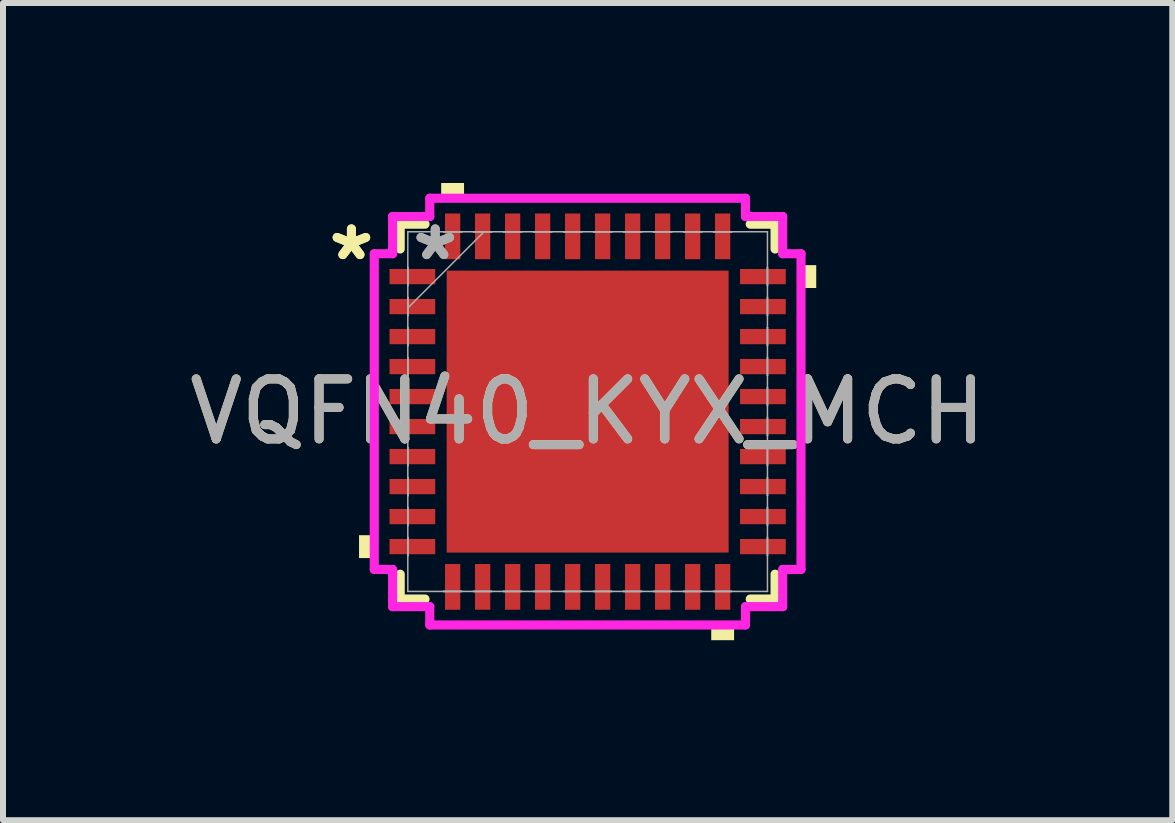
<source format=kicad_pcb>
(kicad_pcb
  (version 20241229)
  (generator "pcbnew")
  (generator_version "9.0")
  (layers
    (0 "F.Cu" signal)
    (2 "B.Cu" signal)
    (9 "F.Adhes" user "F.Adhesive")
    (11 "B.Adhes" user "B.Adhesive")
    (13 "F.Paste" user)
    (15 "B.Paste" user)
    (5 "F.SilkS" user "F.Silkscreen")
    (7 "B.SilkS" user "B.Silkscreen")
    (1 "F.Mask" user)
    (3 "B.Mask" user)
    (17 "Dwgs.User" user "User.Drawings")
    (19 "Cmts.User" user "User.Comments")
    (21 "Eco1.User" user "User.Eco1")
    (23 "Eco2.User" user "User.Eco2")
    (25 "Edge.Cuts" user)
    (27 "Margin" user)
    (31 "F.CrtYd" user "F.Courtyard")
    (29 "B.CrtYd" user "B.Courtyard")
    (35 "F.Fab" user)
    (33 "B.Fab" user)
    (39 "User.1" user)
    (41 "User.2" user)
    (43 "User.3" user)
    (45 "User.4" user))
  (footprint "VQFN40_KYX_MCH"
    (layer "F.Cu")
    (at 6.744 3.81)
    (property "Reference" "VQFN40_KYX_MCH" (at 0 0 0) (unlocked yes) (layer "F.SilkS") (effects (font (size 1 1) (thickness 0.15))))
    (attr smd)
    (fp_line (start -3.124 -3.124) (end -3.124 -2.71) (stroke (width 0.152) (type solid)) (layer "F.SilkS"))
    (fp_line (start -3.124 2.71) (end -3.124 3.124) (stroke (width 0.152) (type solid)) (layer "F.SilkS"))
    (fp_line (start -3.124 3.124) (end -2.71 3.124) (stroke (width 0.152) (type solid)) (layer "F.SilkS"))
    (fp_line (start -2.71 -3.124) (end -3.124 -3.124) (stroke (width 0.152) (type solid)) (layer "F.SilkS"))
    (fp_line (start 2.71 3.124) (end 3.124 3.124) (stroke (width 0.152) (type solid)) (layer "F.SilkS"))
    (fp_line (start 3.124 -3.124) (end 2.71 -3.124) (stroke (width 0.152) (type solid)) (layer "F.SilkS"))
    (fp_line (start 3.124 -2.71) (end 3.124 -3.124) (stroke (width 0.152) (type solid)) (layer "F.SilkS"))
    (fp_line (start 3.124 3.124) (end 3.124 2.71) (stroke (width 0.152) (type solid)) (layer "F.SilkS"))
    (fp_poly (pts (xy -3.81 2.06) (xy -3.81 2.441) (xy -3.556 2.441) (xy -3.556 2.06)) (stroke (width 0) (type solid)) (fill yes) (layer "F.SilkS"))
    (fp_poly (pts (xy -2.441 -3.556) (xy -2.441 -3.81) (xy -2.06 -3.81) (xy -2.06 -3.556)) (stroke (width 0) (type solid)) (fill yes) (layer "F.SilkS"))
    (fp_poly (pts (xy 2.06 3.556) (xy 2.06 3.81) (xy 2.441 3.81) (xy 2.441 3.556)) (stroke (width 0) (type solid)) (fill yes) (layer "F.SilkS"))
    (fp_poly (pts (xy 3.81 -2.441) (xy 3.81 -2.06) (xy 3.556 -2.06) (xy 3.556 -2.441)) (stroke (width 0) (type solid)) (fill yes) (layer "F.SilkS"))
    (fp_poly (pts (xy -2.249 -2.249) (xy -2.249 -0.883) (xy -0.883 -0.883) (xy -0.883 -2.249)) (stroke (width 0) (type solid)) (fill yes) (layer "F.Paste"))
    (fp_poly (pts (xy -2.249 -0.683) (xy -2.249 0.683) (xy -0.883 0.683) (xy -0.883 -0.683)) (stroke (width 0) (type solid)) (fill yes) (layer "F.Paste"))
    (fp_poly (pts (xy -2.249 0.883) (xy -2.249 2.249) (xy -0.883 2.249) (xy -0.883 0.883)) (stroke (width 0) (type solid)) (fill yes) (layer "F.Paste"))
    (fp_poly (pts (xy -0.683 -2.249) (xy -0.683 -0.883) (xy 0.683 -0.883) (xy 0.683 -2.249)) (stroke (width 0) (type solid)) (fill yes) (layer "F.Paste"))
    (fp_poly (pts (xy -0.683 -0.683) (xy -0.683 0.683) (xy 0.683 0.683) (xy 0.683 -0.683)) (stroke (width 0) (type solid)) (fill yes) (layer "F.Paste"))
    (fp_poly (pts (xy -0.683 0.883) (xy -0.683 2.249) (xy 0.683 2.249) (xy 0.683 0.883)) (stroke (width 0) (type solid)) (fill yes) (layer "F.Paste"))
    (fp_poly (pts (xy 0.883 -2.249) (xy 0.883 -0.883) (xy 2.249 -0.883) (xy 2.249 -2.249)) (stroke (width 0) (type solid)) (fill yes) (layer "F.Paste"))
    (fp_poly (pts (xy 0.883 -0.683) (xy 0.883 0.683) (xy 2.249 0.683) (xy 2.249 -0.683)) (stroke (width 0) (type solid)) (fill yes) (layer "F.Paste"))
    (fp_poly (pts (xy 0.883 0.883) (xy 0.883 2.249) (xy 2.249 2.249) (xy 2.249 0.883)) (stroke (width 0) (type solid)) (fill yes) (layer "F.Paste"))
    (fp_line (start -3.556 -2.631) (end -3.251 -2.631) (stroke (width 0.152) (type solid)) (layer "F.CrtYd"))
    (fp_line (start -3.556 2.631) (end -3.556 -2.631) (stroke (width 0.152) (type solid)) (layer "F.CrtYd"))
    (fp_line (start -3.251 -3.251) (end -2.631 -3.251) (stroke (width 0.152) (type solid)) (layer "F.CrtYd"))
    (fp_line (start -3.251 -2.631) (end -3.251 -3.251) (stroke (width 0.152) (type solid)) (layer "F.CrtYd"))
    (fp_line (start -3.251 2.631) (end -3.556 2.631) (stroke (width 0.152) (type solid)) (layer "F.CrtYd"))
    (fp_line (start -3.251 3.251) (end -3.251 2.631) (stroke (width 0.152) (type solid)) (layer "F.CrtYd"))
    (fp_line (start -2.631 -3.556) (end 2.631 -3.556) (stroke (width 0.152) (type solid)) (layer "F.CrtYd"))
    (fp_line (start -2.631 -3.251) (end -2.631 -3.556) (stroke (width 0.152) (type solid)) (layer "F.CrtYd"))
    (fp_line (start -2.631 3.251) (end -3.251 3.251) (stroke (width 0.152) (type solid)) (layer "F.CrtYd"))
    (fp_line (start -2.631 3.556) (end -2.631 3.251) (stroke (width 0.152) (type solid)) (layer "F.CrtYd"))
    (fp_line (start 2.631 -3.556) (end 2.631 -3.251) (stroke (width 0.152) (type solid)) (layer "F.CrtYd"))
    (fp_line (start 2.631 -3.251) (end 3.251 -3.251) (stroke (width 0.152) (type solid)) (layer "F.CrtYd"))
    (fp_line (start 2.631 3.251) (end 2.631 3.556) (stroke (width 0.152) (type solid)) (layer "F.CrtYd"))
    (fp_line (start 2.631 3.556) (end -2.631 3.556) (stroke (width 0.152) (type solid)) (layer "F.CrtYd"))
    (fp_line (start 3.251 -3.251) (end 3.251 -2.631) (stroke (width 0.152) (type solid)) (layer "F.CrtYd"))
    (fp_line (start 3.251 -2.631) (end 3.556 -2.631) (stroke (width 0.152) (type solid)) (layer "F.CrtYd"))
    (fp_line (start 3.251 2.631) (end 3.251 3.251) (stroke (width 0.152) (type solid)) (layer "F.CrtYd"))
    (fp_line (start 3.251 3.251) (end 2.631 3.251) (stroke (width 0.152) (type solid)) (layer "F.CrtYd"))
    (fp_line (start 3.556 -2.631) (end 3.556 2.631) (stroke (width 0.152) (type solid)) (layer "F.CrtYd"))
    (fp_line (start 3.556 2.631) (end 3.251 2.631) (stroke (width 0.152) (type solid)) (layer "F.CrtYd"))
    (fp_line (start -2.997 -2.997) (end -2.997 -2.997) (stroke (width 0.025) (type solid)) (layer "F.Fab"))
    (fp_line (start -2.997 -2.997) (end -2.997 2.997) (stroke (width 0.025) (type solid)) (layer "F.Fab"))
    (fp_line (start -2.997 -2.402) (end -2.997 -2.402) (stroke (width 0.025) (type solid)) (layer "F.Fab"))
    (fp_line (start -2.997 -2.402) (end -2.997 -2.098) (stroke (width 0.025) (type solid)) (layer "F.Fab"))
    (fp_line (start -2.997 -2.098) (end -2.997 -2.402) (stroke (width 0.025) (type solid)) (layer "F.Fab"))
    (fp_line (start -2.997 -2.098) (end -2.997 -2.098) (stroke (width 0.025) (type solid)) (layer "F.Fab"))
    (fp_line (start -2.997 -1.902) (end -2.997 -1.902) (stroke (width 0.025) (type solid)) (layer "F.Fab"))
    (fp_line (start -2.997 -1.902) (end -2.997 -1.598) (stroke (width 0.025) (type solid)) (layer "F.Fab"))
    (fp_line (start -2.997 -1.727) (end -1.727 -2.997) (stroke (width 0.025) (type solid)) (layer "F.Fab"))
    (fp_line (start -2.997 -1.598) (end -2.997 -1.902) (stroke (width 0.025) (type solid)) (layer "F.Fab"))
    (fp_line (start -2.997 -1.598) (end -2.997 -1.598) (stroke (width 0.025) (type solid)) (layer "F.Fab"))
    (fp_line (start -2.997 -1.402) (end -2.997 -1.402) (stroke (width 0.025) (type solid)) (layer "F.Fab"))
    (fp_line (start -2.997 -1.402) (end -2.997 -1.098) (stroke (width 0.025) (type solid)) (layer "F.Fab"))
    (fp_line (start -2.997 -1.098) (end -2.997 -1.402) (stroke (width 0.025) (type solid)) (layer "F.Fab"))
    (fp_line (start -2.997 -1.098) (end -2.997 -1.098) (stroke (width 0.025) (type solid)) (layer "F.Fab"))
    (fp_line (start -2.997 -0.902) (end -2.997 -0.902) (stroke (width 0.025) (type solid)) (layer "F.Fab"))
    (fp_line (start -2.997 -0.902) (end -2.997 -0.598) (stroke (width 0.025) (type solid)) (layer "F.Fab"))
    (fp_line (start -2.997 -0.598) (end -2.997 -0.902) (stroke (width 0.025) (type solid)) (layer "F.Fab"))
    (fp_line (start -2.997 -0.598) (end -2.997 -0.598) (stroke (width 0.025) (type solid)) (layer "F.Fab"))
    (fp_line (start -2.997 -0.402) (end -2.997 -0.402) (stroke (width 0.025) (type solid)) (layer "F.Fab"))
    (fp_line (start -2.997 -0.402) (end -2.997 -0.098) (stroke (width 0.025) (type solid)) (layer "F.Fab"))
    (fp_line (start -2.997 -0.098) (end -2.997 -0.402) (stroke (width 0.025) (type solid)) (layer "F.Fab"))
    (fp_line (start -2.997 -0.098) (end -2.997 -0.098) (stroke (width 0.025) (type solid)) (layer "F.Fab"))
    (fp_line (start -2.997 0.098) (end -2.997 0.098) (stroke (width 0.025) (type solid)) (layer "F.Fab"))
    (fp_line (start -2.997 0.098) (end -2.997 0.402) (stroke (width 0.025) (type solid)) (layer "F.Fab"))
    (fp_line (start -2.997 0.402) (end -2.997 0.098) (stroke (width 0.025) (type solid)) (layer "F.Fab"))
    (fp_line (start -2.997 0.402) (end -2.997 0.402) (stroke (width 0.025) (type solid)) (layer "F.Fab"))
    (fp_line (start -2.997 0.598) (end -2.997 0.598) (stroke (width 0.025) (type solid)) (layer "F.Fab"))
    (fp_line (start -2.997 0.598) (end -2.997 0.902) (stroke (width 0.025) (type solid)) (layer "F.Fab"))
    (fp_line (start -2.997 0.902) (end -2.997 0.598) (stroke (width 0.025) (type solid)) (layer "F.Fab"))
    (fp_line (start -2.997 0.902) (end -2.997 0.902) (stroke (width 0.025) (type solid)) (layer "F.Fab"))
    (fp_line (start -2.997 1.098) (end -2.997 1.098) (stroke (width 0.025) (type solid)) (layer "F.Fab"))
    (fp_line (start -2.997 1.098) (end -2.997 1.402) (stroke (width 0.025) (type solid)) (layer "F.Fab"))
    (fp_line (start -2.997 1.402) (end -2.997 1.098) (stroke (width 0.025) (type solid)) (layer "F.Fab"))
    (fp_line (start -2.997 1.402) (end -2.997 1.402) (stroke (width 0.025) (type solid)) (layer "F.Fab"))
    (fp_line (start -2.997 1.598) (end -2.997 1.598) (stroke (width 0.025) (type solid)) (layer "F.Fab"))
    (fp_line (start -2.997 1.598) (end -2.997 1.902) (stroke (width 0.025) (type solid)) (layer "F.Fab"))
    (fp_line (start -2.997 1.902) (end -2.997 1.598) (stroke (width 0.025) (type solid)) (layer "F.Fab"))
    (fp_line (start -2.997 1.902) (end -2.997 1.902) (stroke (width 0.025) (type solid)) (layer "F.Fab"))
    (fp_line (start -2.997 2.098) (end -2.997 2.098) (stroke (width 0.025) (type solid)) (layer "F.Fab"))
    (fp_line (start -2.997 2.098) (end -2.997 2.402) (stroke (width 0.025) (type solid)) (layer "F.Fab"))
    (fp_line (start -2.997 2.402) (end -2.997 2.098) (stroke (width 0.025) (type solid)) (layer "F.Fab"))
    (fp_line (start -2.997 2.402) (end -2.997 2.402) (stroke (width 0.025) (type solid)) (layer "F.Fab"))
    (fp_line (start -2.997 2.997) (end -2.997 2.997) (stroke (width 0.025) (type solid)) (layer "F.Fab"))
    (fp_line (start -2.997 2.997) (end 2.997 2.997) (stroke (width 0.025) (type solid)) (layer "F.Fab"))
    (fp_line (start -2.402 -2.997) (end -2.402 -2.997) (stroke (width 0.025) (type solid)) (layer "F.Fab"))
    (fp_line (start -2.402 -2.997) (end -2.098 -2.997) (stroke (width 0.025) (type solid)) (layer "F.Fab"))
    (fp_line (start -2.402 2.997) (end -2.402 2.997) (stroke (width 0.025) (type solid)) (layer "F.Fab"))
    (fp_line (start -2.402 2.997) (end -2.098 2.997) (stroke (width 0.025) (type solid)) (layer "F.Fab"))
    (fp_line (start -2.098 -2.997) (end -2.402 -2.997) (stroke (width 0.025) (type solid)) (layer "F.Fab"))
    (fp_line (start -2.098 -2.997) (end -2.098 -2.997) (stroke (width 0.025) (type solid)) (layer "F.Fab"))
    (fp_line (start -2.098 2.997) (end -2.402 2.997) (stroke (width 0.025) (type solid)) (layer "F.Fab"))
    (fp_line (start -2.098 2.997) (end -2.098 2.997) (stroke (width 0.025) (type solid)) (layer "F.Fab"))
    (fp_line (start -1.902 -2.997) (end -1.902 -2.997) (stroke (width 0.025) (type solid)) (layer "F.Fab"))
    (fp_line (start -1.902 -2.997) (end -1.598 -2.997) (stroke (width 0.025) (type solid)) (layer "F.Fab"))
    (fp_line (start -1.902 2.997) (end -1.902 2.997) (stroke (width 0.025) (type solid)) (layer "F.Fab"))
    (fp_line (start -1.902 2.997) (end -1.598 2.997) (stroke (width 0.025) (type solid)) (layer "F.Fab"))
    (fp_line (start -1.598 -2.997) (end -1.902 -2.997) (stroke (width 0.025) (type solid)) (layer "F.Fab"))
    (fp_line (start -1.598 -2.997) (end -1.598 -2.997) (stroke (width 0.025) (type solid)) (layer "F.Fab"))
    (fp_line (start -1.598 2.997) (end -1.902 2.997) (stroke (width 0.025) (type solid)) (layer "F.Fab"))
    (fp_line (start -1.598 2.997) (end -1.598 2.997) (stroke (width 0.025) (type solid)) (layer "F.Fab"))
    (fp_line (start -1.402 -2.997) (end -1.402 -2.997) (stroke (width 0.025) (type solid)) (layer "F.Fab"))
    (fp_line (start -1.402 -2.997) (end -1.098 -2.997) (stroke (width 0.025) (type solid)) (layer "F.Fab"))
    (fp_line (start -1.402 2.997) (end -1.402 2.997) (stroke (width 0.025) (type solid)) (layer "F.Fab"))
    (fp_line (start -1.402 2.997) (end -1.098 2.997) (stroke (width 0.025) (type solid)) (layer "F.Fab"))
    (fp_line (start -1.098 -2.997) (end -1.402 -2.997) (stroke (width 0.025) (type solid)) (layer "F.Fab"))
    (fp_line (start -1.098 -2.997) (end -1.098 -2.997) (stroke (width 0.025) (type solid)) (layer "F.Fab"))
    (fp_line (start -1.098 2.997) (end -1.402 2.997) (stroke (width 0.025) (type solid)) (layer "F.Fab"))
    (fp_line (start -1.098 2.997) (end -1.098 2.997) (stroke (width 0.025) (type solid)) (layer "F.Fab"))
    (fp_line (start -0.902 -2.997) (end -0.902 -2.997) (stroke (width 0.025) (type solid)) (layer "F.Fab"))
    (fp_line (start -0.902 -2.997) (end -0.598 -2.997) (stroke (width 0.025) (type solid)) (layer "F.Fab"))
    (fp_line (start -0.902 2.997) (end -0.902 2.997) (stroke (width 0.025) (type solid)) (layer "F.Fab"))
    (fp_line (start -0.902 2.997) (end -0.598 2.997) (stroke (width 0.025) (type solid)) (layer "F.Fab"))
    (fp_line (start -0.598 -2.997) (end -0.902 -2.997) (stroke (width 0.025) (type solid)) (layer "F.Fab"))
    (fp_line (start -0.598 -2.997) (end -0.598 -2.997) (stroke (width 0.025) (type solid)) (layer "F.Fab"))
    (fp_line (start -0.598 2.997) (end -0.902 2.997) (stroke (width 0.025) (type solid)) (layer "F.Fab"))
    (fp_line (start -0.598 2.997) (end -0.598 2.997) (stroke (width 0.025) (type solid)) (layer "F.Fab"))
    (fp_line (start -0.402 -2.997) (end -0.402 -2.997) (stroke (width 0.025) (type solid)) (layer "F.Fab"))
    (fp_line (start -0.402 -2.997) (end -0.098 -2.997) (stroke (width 0.025) (type solid)) (layer "F.Fab"))
    (fp_line (start -0.402 2.997) (end -0.402 2.997) (stroke (width 0.025) (type solid)) (layer "F.Fab"))
    (fp_line (start -0.402 2.997) (end -0.098 2.997) (stroke (width 0.025) (type solid)) (layer "F.Fab"))
    (fp_line (start -0.098 -2.997) (end -0.402 -2.997) (stroke (width 0.025) (type solid)) (layer "F.Fab"))
    (fp_line (start -0.098 -2.997) (end -0.098 -2.997) (stroke (width 0.025) (type solid)) (layer "F.Fab"))
    (fp_line (start -0.098 2.997) (end -0.402 2.997) (stroke (width 0.025) (type solid)) (layer "F.Fab"))
    (fp_line (start -0.098 2.997) (end -0.098 2.997) (stroke (width 0.025) (type solid)) (layer "F.Fab"))
    (fp_line (start 0.098 -2.997) (end 0.098 -2.997) (stroke (width 0.025) (type solid)) (layer "F.Fab"))
    (fp_line (start 0.098 -2.997) (end 0.402 -2.997) (stroke (width 0.025) (type solid)) (layer "F.Fab"))
    (fp_line (start 0.098 2.997) (end 0.098 2.997) (stroke (width 0.025) (type solid)) (layer "F.Fab"))
    (fp_line (start 0.098 2.997) (end 0.402 2.997) (stroke (width 0.025) (type solid)) (layer "F.Fab"))
    (fp_line (start 0.402 -2.997) (end 0.098 -2.997) (stroke (width 0.025) (type solid)) (layer "F.Fab"))
    (fp_line (start 0.402 -2.997) (end 0.402 -2.997) (stroke (width 0.025) (type solid)) (layer "F.Fab"))
    (fp_line (start 0.402 2.997) (end 0.098 2.997) (stroke (width 0.025) (type solid)) (layer "F.Fab"))
    (fp_line (start 0.402 2.997) (end 0.402 2.997) (stroke (width 0.025) (type solid)) (layer "F.Fab"))
    (fp_line (start 0.598 -2.997) (end 0.598 -2.997) (stroke (width 0.025) (type solid)) (layer "F.Fab"))
    (fp_line (start 0.598 -2.997) (end 0.902 -2.997) (stroke (width 0.025) (type solid)) (layer "F.Fab"))
    (fp_line (start 0.598 2.997) (end 0.598 2.997) (stroke (width 0.025) (type solid)) (layer "F.Fab"))
    (fp_line (start 0.598 2.997) (end 0.902 2.997) (stroke (width 0.025) (type solid)) (layer "F.Fab"))
    (fp_line (start 0.902 -2.997) (end 0.598 -2.997) (stroke (width 0.025) (type solid)) (layer "F.Fab"))
    (fp_line (start 0.902 -2.997) (end 0.902 -2.997) (stroke (width 0.025) (type solid)) (layer "F.Fab"))
    (fp_line (start 0.902 2.997) (end 0.598 2.997) (stroke (width 0.025) (type solid)) (layer "F.Fab"))
    (fp_line (start 0.902 2.997) (end 0.902 2.997) (stroke (width 0.025) (type solid)) (layer "F.Fab"))
    (fp_line (start 1.098 -2.997) (end 1.098 -2.997) (stroke (width 0.025) (type solid)) (layer "F.Fab"))
    (fp_line (start 1.098 -2.997) (end 1.402 -2.997) (stroke (width 0.025) (type solid)) (layer "F.Fab"))
    (fp_line (start 1.098 2.997) (end 1.098 2.997) (stroke (width 0.025) (type solid)) (layer "F.Fab"))
    (fp_line (start 1.098 2.997) (end 1.402 2.997) (stroke (width 0.025) (type solid)) (layer "F.Fab"))
    (fp_line (start 1.402 -2.997) (end 1.098 -2.997) (stroke (width 0.025) (type solid)) (layer "F.Fab"))
    (fp_line (start 1.402 -2.997) (end 1.402 -2.997) (stroke (width 0.025) (type solid)) (layer "F.Fab"))
    (fp_line (start 1.402 2.997) (end 1.098 2.997) (stroke (width 0.025) (type solid)) (layer "F.Fab"))
    (fp_line (start 1.402 2.997) (end 1.402 2.997) (stroke (width 0.025) (type solid)) (layer "F.Fab"))
    (fp_line (start 1.598 -2.997) (end 1.598 -2.997) (stroke (width 0.025) (type solid)) (layer "F.Fab"))
    (fp_line (start 1.598 -2.997) (end 1.902 -2.997) (stroke (width 0.025) (type solid)) (layer "F.Fab"))
    (fp_line (start 1.598 2.997) (end 1.598 2.997) (stroke (width 0.025) (type solid)) (layer "F.Fab"))
    (fp_line (start 1.598 2.997) (end 1.902 2.997) (stroke (width 0.025) (type solid)) (layer "F.Fab"))
    (fp_line (start 1.902 -2.997) (end 1.598 -2.997) (stroke (width 0.025) (type solid)) (layer "F.Fab"))
    (fp_line (start 1.902 -2.997) (end 1.902 -2.997) (stroke (width 0.025) (type solid)) (layer "F.Fab"))
    (fp_line (start 1.902 2.997) (end 1.598 2.997) (stroke (width 0.025) (type solid)) (layer "F.Fab"))
    (fp_line (start 1.902 2.997) (end 1.902 2.997) (stroke (width 0.025) (type solid)) (layer "F.Fab"))
    (fp_line (start 2.098 -2.997) (end 2.098 -2.997) (stroke (width 0.025) (type solid)) (layer "F.Fab"))
    (fp_line (start 2.098 -2.997) (end 2.402 -2.997) (stroke (width 0.025) (type solid)) (layer "F.Fab"))
    (fp_line (start 2.098 2.997) (end 2.098 2.997) (stroke (width 0.025) (type solid)) (layer "F.Fab"))
    (fp_line (start 2.098 2.997) (end 2.402 2.997) (stroke (width 0.025) (type solid)) (layer "F.Fab"))
    (fp_line (start 2.402 -2.997) (end 2.098 -2.997) (stroke (width 0.025) (type solid)) (layer "F.Fab"))
    (fp_line (start 2.402 -2.997) (end 2.402 -2.997) (stroke (width 0.025) (type solid)) (layer "F.Fab"))
    (fp_line (start 2.402 2.997) (end 2.098 2.997) (stroke (width 0.025) (type solid)) (layer "F.Fab"))
    (fp_line (start 2.402 2.997) (end 2.402 2.997) (stroke (width 0.025) (type solid)) (layer "F.Fab"))
    (fp_line (start 2.997 -2.997) (end -2.997 -2.997) (stroke (width 0.025) (type solid)) (layer "F.Fab"))
    (fp_line (start 2.997 -2.997) (end 2.997 -2.997) (stroke (width 0.025) (type solid)) (layer "F.Fab"))
    (fp_line (start 2.997 -2.402) (end 2.997 -2.402) (stroke (width 0.025) (type solid)) (layer "F.Fab"))
    (fp_line (start 2.997 -2.402) (end 2.997 -2.098) (stroke (width 0.025) (type solid)) (layer "F.Fab"))
    (fp_line (start 2.997 -2.098) (end 2.997 -2.402) (stroke (width 0.025) (type solid)) (layer "F.Fab"))
    (fp_line (start 2.997 -2.098) (end 2.997 -2.098) (stroke (width 0.025) (type solid)) (layer "F.Fab"))
    (fp_line (start 2.997 -1.902) (end 2.997 -1.902) (stroke (width 0.025) (type solid)) (layer "F.Fab"))
    (fp_line (start 2.997 -1.902) (end 2.997 -1.598) (stroke (width 0.025) (type solid)) (layer "F.Fab"))
    (fp_line (start 2.997 -1.598) (end 2.997 -1.902) (stroke (width 0.025) (type solid)) (layer "F.Fab"))
    (fp_line (start 2.997 -1.598) (end 2.997 -1.598) (stroke (width 0.025) (type solid)) (layer "F.Fab"))
    (fp_line (start 2.997 -1.402) (end 2.997 -1.402) (stroke (width 0.025) (type solid)) (layer "F.Fab"))
    (fp_line (start 2.997 -1.402) (end 2.997 -1.098) (stroke (width 0.025) (type solid)) (layer "F.Fab"))
    (fp_line (start 2.997 -1.098) (end 2.997 -1.402) (stroke (width 0.025) (type solid)) (layer "F.Fab"))
    (fp_line (start 2.997 -1.098) (end 2.997 -1.098) (stroke (width 0.025) (type solid)) (layer "F.Fab"))
    (fp_line (start 2.997 -0.902) (end 2.997 -0.902) (stroke (width 0.025) (type solid)) (layer "F.Fab"))
    (fp_line (start 2.997 -0.902) (end 2.997 -0.598) (stroke (width 0.025) (type solid)) (layer "F.Fab"))
    (fp_line (start 2.997 -0.598) (end 2.997 -0.902) (stroke (width 0.025) (type solid)) (layer "F.Fab"))
    (fp_line (start 2.997 -0.598) (end 2.997 -0.598) (stroke (width 0.025) (type solid)) (layer "F.Fab"))
    (fp_line (start 2.997 -0.402) (end 2.997 -0.402) (stroke (width 0.025) (type solid)) (layer "F.Fab"))
    (fp_line (start 2.997 -0.402) (end 2.997 -0.098) (stroke (width 0.025) (type solid)) (layer "F.Fab"))
    (fp_line (start 2.997 -0.098) (end 2.997 -0.402) (stroke (width 0.025) (type solid)) (layer "F.Fab"))
    (fp_line (start 2.997 -0.098) (end 2.997 -0.098) (stroke (width 0.025) (type solid)) (layer "F.Fab"))
    (fp_line (start 2.997 0.098) (end 2.997 0.098) (stroke (width 0.025) (type solid)) (layer "F.Fab"))
    (fp_line (start 2.997 0.098) (end 2.997 0.402) (stroke (width 0.025) (type solid)) (layer "F.Fab"))
    (fp_line (start 2.997 0.402) (end 2.997 0.098) (stroke (width 0.025) (type solid)) (layer "F.Fab"))
    (fp_line (start 2.997 0.402) (end 2.997 0.402) (stroke (width 0.025) (type solid)) (layer "F.Fab"))
    (fp_line (start 2.997 0.598) (end 2.997 0.598) (stroke (width 0.025) (type solid)) (layer "F.Fab"))
    (fp_line (start 2.997 0.598) (end 2.997 0.902) (stroke (width 0.025) (type solid)) (layer "F.Fab"))
    (fp_line (start 2.997 0.902) (end 2.997 0.598) (stroke (width 0.025) (type solid)) (layer "F.Fab"))
    (fp_line (start 2.997 0.902) (end 2.997 0.902) (stroke (width 0.025) (type solid)) (layer "F.Fab"))
    (fp_line (start 2.997 1.098) (end 2.997 1.098) (stroke (width 0.025) (type solid)) (layer "F.Fab"))
    (fp_line (start 2.997 1.098) (end 2.997 1.402) (stroke (width 0.025) (type solid)) (layer "F.Fab"))
    (fp_line (start 2.997 1.402) (end 2.997 1.098) (stroke (width 0.025) (type solid)) (layer "F.Fab"))
    (fp_line (start 2.997 1.402) (end 2.997 1.402) (stroke (width 0.025) (type solid)) (layer "F.Fab"))
    (fp_line (start 2.997 1.598) (end 2.997 1.598) (stroke (width 0.025) (type solid)) (layer "F.Fab"))
    (fp_line (start 2.997 1.598) (end 2.997 1.902) (stroke (width 0.025) (type solid)) (layer "F.Fab"))
    (fp_line (start 2.997 1.902) (end 2.997 1.598) (stroke (width 0.025) (type solid)) (layer "F.Fab"))
    (fp_line (start 2.997 1.902) (end 2.997 1.902) (stroke (width 0.025) (type solid)) (layer "F.Fab"))
    (fp_line (start 2.997 2.098) (end 2.997 2.098) (stroke (width 0.025) (type solid)) (layer "F.Fab"))
    (fp_line (start 2.997 2.098) (end 2.997 2.402) (stroke (width 0.025) (type solid)) (layer "F.Fab"))
    (fp_line (start 2.997 2.402) (end 2.997 2.098) (stroke (width 0.025) (type solid)) (layer "F.Fab"))
    (fp_line (start 2.997 2.402) (end 2.997 2.402) (stroke (width 0.025) (type solid)) (layer "F.Fab"))
    (fp_line (start 2.997 2.997) (end 2.997 -2.997) (stroke (width 0.025) (type solid)) (layer "F.Fab"))
    (fp_line (start 2.997 2.997) (end 2.997 2.997) (stroke (width 0.025) (type solid)) (layer "F.Fab"))
    (fp_text user "*" (at -3.937 -2.5 0) (layer "F.SilkS") (effects (font (size 1 1) (thickness 0.15))))
    (fp_text user "*" (at -3.937 -2.5 0) (unlocked yes) (layer "F.SilkS") (effects (font (size 1 1) (thickness 0.15))))
    (fp_text user "${REFERENCE}" (at 0 0 0) (unlocked yes) (layer "F.Fab") (effects (font (size 1 1) (thickness 0.15))))
    (fp_text user "*" (at -2.54 -2.5 0) (unlocked yes) (layer "F.Fab") (effects (font (size 1 1) (thickness 0.15))))
    (fp_text user "*" (at -2.54 -2.5 0) (layer "F.Fab") (effects (font (size 1 1) (thickness 0.15))))
    (pad "1" smd rect (at -2.921 -2.25 90) (size 0.254 0.762) (layers "F.Cu" "F.Mask" "F.Paste"))
    (pad "2" smd rect (at -2.921 -1.75 90) (size 0.254 0.762) (layers "F.Cu" "F.Mask" "F.Paste"))
    (pad "3" smd rect (at -2.921 -1.25 90) (size 0.254 0.762) (layers "F.Cu" "F.Mask" "F.Paste"))
    (pad "4" smd rect (at -2.921 -0.75 90) (size 0.254 0.762) (layers "F.Cu" "F.Mask" "F.Paste"))
    (pad "5" smd rect (at -2.921 -0.25 90) (size 0.254 0.762) (layers "F.Cu" "F.Mask" "F.Paste"))
    (pad "6" smd rect (at -2.921 0.25 90) (size 0.254 0.762) (layers "F.Cu" "F.Mask" "F.Paste"))
    (pad "7" smd rect (at -2.921 0.75 90) (size 0.254 0.762) (layers "F.Cu" "F.Mask" "F.Paste"))
    (pad "8" smd rect (at -2.921 1.25 90) (size 0.254 0.762) (layers "F.Cu" "F.Mask" "F.Paste"))
    (pad "9" smd rect (at -2.921 1.75 90) (size 0.254 0.762) (layers "F.Cu" "F.Mask" "F.Paste"))
    (pad "10" smd rect (at -2.921 2.25 90) (size 0.254 0.762) (layers "F.Cu" "F.Mask" "F.Paste"))
    (pad "11" smd rect (at -2.25 2.921) (size 0.254 0.762) (layers "F.Cu" "F.Mask" "F.Paste"))
    (pad "12" smd rect (at -1.75 2.921) (size 0.254 0.762) (layers "F.Cu" "F.Mask" "F.Paste"))
    (pad "13" smd rect (at -1.25 2.921) (size 0.254 0.762) (layers "F.Cu" "F.Mask" "F.Paste"))
    (pad "14" smd rect (at -0.75 2.921) (size 0.254 0.762) (layers "F.Cu" "F.Mask" "F.Paste"))
    (pad "15" smd rect (at -0.25 2.921) (size 0.254 0.762) (layers "F.Cu" "F.Mask" "F.Paste"))
    (pad "16" smd rect (at 0.25 2.921) (size 0.254 0.762) (layers "F.Cu" "F.Mask" "F.Paste"))
    (pad "17" smd rect (at 0.75 2.921) (size 0.254 0.762) (layers "F.Cu" "F.Mask" "F.Paste"))
    (pad "18" smd rect (at 1.25 2.921) (size 0.254 0.762) (layers "F.Cu" "F.Mask" "F.Paste"))
    (pad "19" smd rect (at 1.75 2.921) (size 0.254 0.762) (layers "F.Cu" "F.Mask" "F.Paste"))
    (pad "20" smd rect (at 2.25 2.921) (size 0.254 0.762) (layers "F.Cu" "F.Mask" "F.Paste"))
    (pad "21" smd rect (at 2.921 2.25 90) (size 0.254 0.762) (layers "F.Cu" "F.Mask" "F.Paste"))
    (pad "22" smd rect (at 2.921 1.75 90) (size 0.254 0.762) (layers "F.Cu" "F.Mask" "F.Paste"))
    (pad "23" smd rect (at 2.921 1.25 90) (size 0.254 0.762) (layers "F.Cu" "F.Mask" "F.Paste"))
    (pad "24" smd rect (at 2.921 0.75 90) (size 0.254 0.762) (layers "F.Cu" "F.Mask" "F.Paste"))
    (pad "25" smd rect (at 2.921 0.25 90) (size 0.254 0.762) (layers "F.Cu" "F.Mask" "F.Paste"))
    (pad "26" smd rect (at 2.921 -0.25 90) (size 0.254 0.762) (layers "F.Cu" "F.Mask" "F.Paste"))
    (pad "27" smd rect (at 2.921 -0.75 90) (size 0.254 0.762) (layers "F.Cu" "F.Mask" "F.Paste"))
    (pad "28" smd rect (at 2.921 -1.25 90) (size 0.254 0.762) (layers "F.Cu" "F.Mask" "F.Paste"))
    (pad "29" smd rect (at 2.921 -1.75 90) (size 0.254 0.762) (layers "F.Cu" "F.Mask" "F.Paste"))
    (pad "30" smd rect (at 2.921 -2.25 90) (size 0.254 0.762) (layers "F.Cu" "F.Mask" "F.Paste"))
    (pad "31" smd rect (at 2.25 -2.921) (size 0.254 0.762) (layers "F.Cu" "F.Mask" "F.Paste"))
    (pad "32" smd rect (at 1.75 -2.921) (size 0.254 0.762) (layers "F.Cu" "F.Mask" "F.Paste"))
    (pad "33" smd rect (at 1.25 -2.921) (size 0.254 0.762) (layers "F.Cu" "F.Mask" "F.Paste"))
    (pad "34" smd rect (at 0.75 -2.921) (size 0.254 0.762) (layers "F.Cu" "F.Mask" "F.Paste"))
    (pad "35" smd rect (at 0.25 -2.921) (size 0.254 0.762) (layers "F.Cu" "F.Mask" "F.Paste"))
    (pad "36" smd rect (at -0.25 -2.921) (size 0.254 0.762) (layers "F.Cu" "F.Mask" "F.Paste"))
    (pad "37" smd rect (at -0.75 -2.921) (size 0.254 0.762) (layers "F.Cu" "F.Mask" "F.Paste"))
    (pad "38" smd rect (at -1.25 -2.921) (size 0.254 0.762) (layers "F.Cu" "F.Mask" "F.Paste"))
    (pad "39" smd rect (at -1.75 -2.921) (size 0.254 0.762) (layers "F.Cu" "F.Mask" "F.Paste"))
    (pad "40" smd rect (at -2.25 -2.921) (size 0.254 0.762) (layers "F.Cu" "F.Mask" "F.Paste"))
    (pad "41" smd rect (at 0 0) (size 4.699 4.699) (layers "F.Cu" "F.Mask" "F.Paste")))
  (gr_rect
    (start -3 -3)
    (end 16.488 10.62)
    (stroke (width 0.1) (type default))
    (fill no)
    (layer "Edge.Cuts")))
</source>
